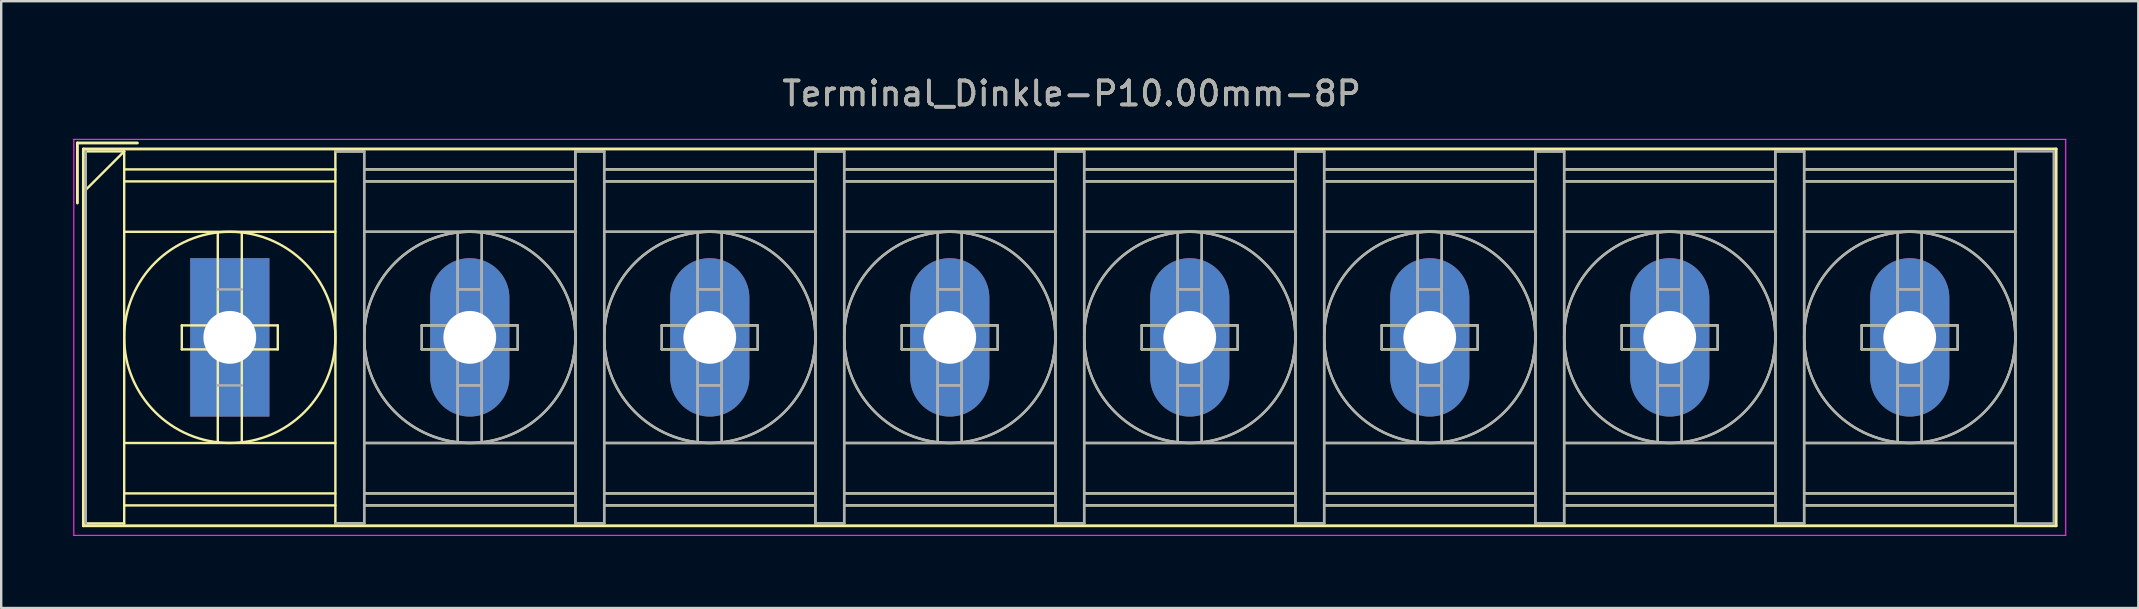
<source format=kicad_pcb>
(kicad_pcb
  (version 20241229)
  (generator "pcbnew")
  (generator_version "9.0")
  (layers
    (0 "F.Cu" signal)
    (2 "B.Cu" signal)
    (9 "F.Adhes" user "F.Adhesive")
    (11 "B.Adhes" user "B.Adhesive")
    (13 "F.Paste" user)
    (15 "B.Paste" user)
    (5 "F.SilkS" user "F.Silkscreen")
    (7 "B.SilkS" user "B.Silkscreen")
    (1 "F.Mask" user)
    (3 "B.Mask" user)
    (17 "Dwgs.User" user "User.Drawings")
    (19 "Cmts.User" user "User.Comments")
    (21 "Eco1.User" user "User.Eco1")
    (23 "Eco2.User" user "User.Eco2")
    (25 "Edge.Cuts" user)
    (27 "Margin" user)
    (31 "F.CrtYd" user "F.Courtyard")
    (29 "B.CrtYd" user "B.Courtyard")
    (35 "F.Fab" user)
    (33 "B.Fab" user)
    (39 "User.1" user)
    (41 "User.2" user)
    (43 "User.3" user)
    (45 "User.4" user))
  (footprint "Terminal_Dinkle-P10.00mm-8P"
    (layer "F.Cu")
    (at 6.525 11.008)
    (property "Reference" "Terminal_Dinkle-P10.00mm-8P" (at 35.08 -10.16 0) (layer "F.SilkS") (effects (font (size 1 1) (thickness 0.15))))
    (attr through_hole)
    (fp_line (start -6.35 -8.1) (end -3.85 -8.1) (stroke (width 0.12) (type solid)) (layer "F.SilkS"))
    (fp_line (start -6.35 -5.6) (end -6.35 -8.1) (stroke (width 0.12) (type solid)) (layer "F.SilkS"))
    (fp_line (start -6.1 -7.85) (end 76.1 -7.85) (stroke (width 0.12) (type solid)) (layer "F.SilkS"))
    (fp_line (start -6.1 7.85) (end -6.1 -7.85) (stroke (width 0.12) (type solid)) (layer "F.SilkS"))
    (fp_line (start -6.1 7.85) (end 76.1 7.85) (stroke (width 0.12) (type solid)) (layer "F.SilkS"))
    (fp_line (start -6 -7.75) (end -4.4 -7.75) (stroke (width 0.1) (type solid)) (layer "F.SilkS"))
    (fp_line (start -6 7.75) (end -4.4 7.75) (stroke (width 0.1) (type solid)) (layer "F.SilkS"))
    (fp_line (start -4.4 -7.75) (end -6 -6.15) (stroke (width 0.1) (type solid)) (layer "F.SilkS"))
    (fp_line (start -4.4 -7.75) (end -4.4 7.75) (stroke (width 0.1) (type solid)) (layer "F.SilkS"))
    (fp_line (start -4.4 -7) (end 4.4 -7) (stroke (width 0.1) (type solid)) (layer "F.SilkS"))
    (fp_line (start -4.4 -6.5) (end 4.4 -6.5) (stroke (width 0.1) (type solid)) (layer "F.SilkS"))
    (fp_line (start -4.4 -4.4) (end 4.4 -4.4) (stroke (width 0.1) (type solid)) (layer "F.SilkS"))
    (fp_line (start -4.4 4.4) (end 4.4 4.4) (stroke (width 0.1) (type solid)) (layer "F.SilkS"))
    (fp_line (start -4.4 6.5) (end 4.4 6.5) (stroke (width 0.1) (type solid)) (layer "F.SilkS"))
    (fp_line (start -4.4 7) (end 4.4 7) (stroke (width 0.1) (type solid)) (layer "F.SilkS"))
    (fp_line (start -2 -0.5) (end -2 0.5) (stroke (width 0.1) (type solid)) (layer "F.SilkS"))
    (fp_line (start -2 0.5) (end -0.5 0.5) (stroke (width 0.1) (type solid)) (layer "F.SilkS"))
    (fp_line (start -0.5 -4.35) (end -0.5 -0.5) (stroke (width 0.1) (type solid)) (layer "F.SilkS"))
    (fp_line (start -0.5 -0.5) (end -2 -0.5) (stroke (width 0.1) (type solid)) (layer "F.SilkS"))
    (fp_line (start -0.5 0.5) (end -0.5 4.35) (stroke (width 0.1) (type solid)) (layer "F.SilkS"))
    (fp_line (start 0.5 -4.35) (end 0.5 -0.5) (stroke (width 0.1) (type solid)) (layer "F.SilkS"))
    (fp_line (start 0.5 -0.5) (end 2 -0.5) (stroke (width 0.1) (type solid)) (layer "F.SilkS"))
    (fp_line (start 0.5 0.5) (end 0.5 4.35) (stroke (width 0.1) (type solid)) (layer "F.SilkS"))
    (fp_line (start 2 -0.5) (end 2 0.5) (stroke (width 0.1) (type solid)) (layer "F.SilkS"))
    (fp_line (start 2 0.5) (end 0.5 0.5) (stroke (width 0.1) (type solid)) (layer "F.SilkS"))
    (fp_line (start 4.4 -7.75) (end 4.4 7.75) (stroke (width 0.1) (type solid)) (layer "F.SilkS"))
    (fp_line (start 4.4 -7.75) (end 5.6 -7.75) (stroke (width 0.1) (type solid)) (layer "F.SilkS"))
    (fp_line (start 4.4 7.75) (end 5.6 7.75) (stroke (width 0.1) (type solid)) (layer "F.SilkS"))
    (fp_line (start 5.6 -7.75) (end 5.6 7.75) (stroke (width 0.1) (type solid)) (layer "F.SilkS"))
    (fp_line (start 5.6 -7) (end 14.4 -7) (stroke (width 0.1) (type solid)) (layer "F.SilkS"))
    (fp_line (start 5.6 -6.5) (end 14.4 -6.5) (stroke (width 0.1) (type solid)) (layer "F.SilkS"))
    (fp_line (start 5.6 -4.4) (end 14.4 -4.4) (stroke (width 0.1) (type solid)) (layer "F.SilkS"))
    (fp_line (start 5.6 4.4) (end 14.4 4.4) (stroke (width 0.1) (type solid)) (layer "F.SilkS"))
    (fp_line (start 5.6 6.5) (end 14.4 6.5) (stroke (width 0.1) (type solid)) (layer "F.SilkS"))
    (fp_line (start 5.6 7) (end 14.4 7) (stroke (width 0.1) (type solid)) (layer "F.SilkS"))
    (fp_line (start 8 -0.5) (end 8 0.5) (stroke (width 0.1) (type solid)) (layer "F.SilkS"))
    (fp_line (start 8 0.5) (end 9.5 0.5) (stroke (width 0.1) (type solid)) (layer "F.SilkS"))
    (fp_line (start 9.5 -4.35) (end 9.5 -0.5) (stroke (width 0.1) (type solid)) (layer "F.SilkS"))
    (fp_line (start 9.5 -0.5) (end 8 -0.5) (stroke (width 0.1) (type solid)) (layer "F.SilkS"))
    (fp_line (start 9.5 0.5) (end 9.5 4.35) (stroke (width 0.1) (type solid)) (layer "F.SilkS"))
    (fp_line (start 10.5 -4.35) (end 10.5 -0.5) (stroke (width 0.1) (type solid)) (layer "F.SilkS"))
    (fp_line (start 10.5 -0.5) (end 12 -0.5) (stroke (width 0.1) (type solid)) (layer "F.SilkS"))
    (fp_line (start 10.5 0.5) (end 10.5 4.35) (stroke (width 0.1) (type solid)) (layer "F.SilkS"))
    (fp_line (start 12 -0.5) (end 12 0.5) (stroke (width 0.1) (type solid)) (layer "F.SilkS"))
    (fp_line (start 12 0.5) (end 10.5 0.5) (stroke (width 0.1) (type solid)) (layer "F.SilkS"))
    (fp_line (start 14.4 -7.75) (end 14.4 7.75) (stroke (width 0.1) (type solid)) (layer "F.SilkS"))
    (fp_line (start 14.4 -7.75) (end 15.6 -7.75) (stroke (width 0.1) (type solid)) (layer "F.SilkS"))
    (fp_line (start 14.4 7.75) (end 15.6 7.75) (stroke (width 0.1) (type solid)) (layer "F.SilkS"))
    (fp_line (start 15.6 -7.75) (end 15.6 7.75) (stroke (width 0.1) (type solid)) (layer "F.SilkS"))
    (fp_line (start 15.6 -7) (end 24.4 -7) (stroke (width 0.1) (type solid)) (layer "F.SilkS"))
    (fp_line (start 15.6 -6.5) (end 24.4 -6.5) (stroke (width 0.1) (type solid)) (layer "F.SilkS"))
    (fp_line (start 15.6 -4.4) (end 24.4 -4.4) (stroke (width 0.1) (type solid)) (layer "F.SilkS"))
    (fp_line (start 15.6 4.4) (end 24.4 4.4) (stroke (width 0.1) (type solid)) (layer "F.SilkS"))
    (fp_line (start 15.6 6.5) (end 24.4 6.5) (stroke (width 0.1) (type solid)) (layer "F.SilkS"))
    (fp_line (start 15.6 7) (end 24.4 7) (stroke (width 0.1) (type solid)) (layer "F.SilkS"))
    (fp_line (start 18 -0.5) (end 18 0.5) (stroke (width 0.1) (type solid)) (layer "F.SilkS"))
    (fp_line (start 18 0.5) (end 19.5 0.5) (stroke (width 0.1) (type solid)) (layer "F.SilkS"))
    (fp_line (start 19.5 -4.35) (end 19.5 -0.5) (stroke (width 0.1) (type solid)) (layer "F.SilkS"))
    (fp_line (start 19.5 -0.5) (end 18 -0.5) (stroke (width 0.1) (type solid)) (layer "F.SilkS"))
    (fp_line (start 19.5 0.5) (end 19.5 4.35) (stroke (width 0.1) (type solid)) (layer "F.SilkS"))
    (fp_line (start 20.5 -4.35) (end 20.5 -0.5) (stroke (width 0.1) (type solid)) (layer "F.SilkS"))
    (fp_line (start 20.5 -0.5) (end 22 -0.5) (stroke (width 0.1) (type solid)) (layer "F.SilkS"))
    (fp_line (start 20.5 0.5) (end 20.5 4.35) (stroke (width 0.1) (type solid)) (layer "F.SilkS"))
    (fp_line (start 22 -0.5) (end 22 0.5) (stroke (width 0.1) (type solid)) (layer "F.SilkS"))
    (fp_line (start 22 0.5) (end 20.5 0.5) (stroke (width 0.1) (type solid)) (layer "F.SilkS"))
    (fp_line (start 24.4 -7.75) (end 24.4 7.75) (stroke (width 0.1) (type solid)) (layer "F.SilkS"))
    (fp_line (start 24.4 -7.75) (end 25.6 -7.75) (stroke (width 0.1) (type solid)) (layer "F.SilkS"))
    (fp_line (start 24.4 7.75) (end 25.6 7.75) (stroke (width 0.1) (type solid)) (layer "F.SilkS"))
    (fp_line (start 25.6 -7.75) (end 25.6 7.75) (stroke (width 0.1) (type solid)) (layer "F.SilkS"))
    (fp_line (start 25.6 -7) (end 34.4 -7) (stroke (width 0.1) (type solid)) (layer "F.SilkS"))
    (fp_line (start 25.6 -6.5) (end 34.4 -6.5) (stroke (width 0.1) (type solid)) (layer "F.SilkS"))
    (fp_line (start 25.6 -4.4) (end 34.4 -4.4) (stroke (width 0.1) (type solid)) (layer "F.SilkS"))
    (fp_line (start 25.6 4.4) (end 34.4 4.4) (stroke (width 0.1) (type solid)) (layer "F.SilkS"))
    (fp_line (start 25.6 6.5) (end 34.4 6.5) (stroke (width 0.1) (type solid)) (layer "F.SilkS"))
    (fp_line (start 25.6 7) (end 34.4 7) (stroke (width 0.1) (type solid)) (layer "F.SilkS"))
    (fp_line (start 28 -0.5) (end 28 0.5) (stroke (width 0.1) (type solid)) (layer "F.SilkS"))
    (fp_line (start 28 0.5) (end 29.5 0.5) (stroke (width 0.1) (type solid)) (layer "F.SilkS"))
    (fp_line (start 29.5 -4.35) (end 29.5 -0.5) (stroke (width 0.1) (type solid)) (layer "F.SilkS"))
    (fp_line (start 29.5 -0.5) (end 28 -0.5) (stroke (width 0.1) (type solid)) (layer "F.SilkS"))
    (fp_line (start 29.5 0.5) (end 29.5 4.35) (stroke (width 0.1) (type solid)) (layer "F.SilkS"))
    (fp_line (start 30.5 -4.35) (end 30.5 -0.5) (stroke (width 0.1) (type solid)) (layer "F.SilkS"))
    (fp_line (start 30.5 -0.5) (end 32 -0.5) (stroke (width 0.1) (type solid)) (layer "F.SilkS"))
    (fp_line (start 30.5 0.5) (end 30.5 4.35) (stroke (width 0.1) (type solid)) (layer "F.SilkS"))
    (fp_line (start 32 -0.5) (end 32 0.5) (stroke (width 0.1) (type solid)) (layer "F.SilkS"))
    (fp_line (start 32 0.5) (end 30.5 0.5) (stroke (width 0.1) (type solid)) (layer "F.SilkS"))
    (fp_line (start 34.4 -7.75) (end 34.4 7.75) (stroke (width 0.1) (type solid)) (layer "F.SilkS"))
    (fp_line (start 34.4 -7.75) (end 35.6 -7.75) (stroke (width 0.1) (type solid)) (layer "F.SilkS"))
    (fp_line (start 34.4 7.75) (end 35.6 7.75) (stroke (width 0.1) (type solid)) (layer "F.SilkS"))
    (fp_line (start 35.6 -7.75) (end 35.6 7.75) (stroke (width 0.1) (type solid)) (layer "F.SilkS"))
    (fp_line (start 35.6 -7) (end 44.4 -7) (stroke (width 0.1) (type solid)) (layer "F.SilkS"))
    (fp_line (start 35.6 -6.5) (end 44.4 -6.5) (stroke (width 0.1) (type solid)) (layer "F.SilkS"))
    (fp_line (start 35.6 -4.4) (end 44.4 -4.4) (stroke (width 0.1) (type solid)) (layer "F.SilkS"))
    (fp_line (start 35.6 4.4) (end 44.4 4.4) (stroke (width 0.1) (type solid)) (layer "F.SilkS"))
    (fp_line (start 35.6 6.5) (end 44.4 6.5) (stroke (width 0.1) (type solid)) (layer "F.SilkS"))
    (fp_line (start 35.6 7) (end 44.4 7) (stroke (width 0.1) (type solid)) (layer "F.SilkS"))
    (fp_line (start 38 -0.5) (end 38 0.5) (stroke (width 0.1) (type solid)) (layer "F.SilkS"))
    (fp_line (start 38 0.5) (end 39.5 0.5) (stroke (width 0.1) (type solid)) (layer "F.SilkS"))
    (fp_line (start 39.5 -4.35) (end 39.5 -0.5) (stroke (width 0.1) (type solid)) (layer "F.SilkS"))
    (fp_line (start 39.5 -0.5) (end 38 -0.5) (stroke (width 0.1) (type solid)) (layer "F.SilkS"))
    (fp_line (start 39.5 0.5) (end 39.5 4.35) (stroke (width 0.1) (type solid)) (layer "F.SilkS"))
    (fp_line (start 40.5 -4.35) (end 40.5 -0.5) (stroke (width 0.1) (type solid)) (layer "F.SilkS"))
    (fp_line (start 40.5 -0.5) (end 42 -0.5) (stroke (width 0.1) (type solid)) (layer "F.SilkS"))
    (fp_line (start 40.5 0.5) (end 40.5 4.35) (stroke (width 0.1) (type solid)) (layer "F.SilkS"))
    (fp_line (start 42 -0.5) (end 42 0.5) (stroke (width 0.1) (type solid)) (layer "F.SilkS"))
    (fp_line (start 42 0.5) (end 40.5 0.5) (stroke (width 0.1) (type solid)) (layer "F.SilkS"))
    (fp_line (start 44.4 -7.75) (end 44.4 7.75) (stroke (width 0.1) (type solid)) (layer "F.SilkS"))
    (fp_line (start 44.4 -7.75) (end 45.6 -7.75) (stroke (width 0.1) (type solid)) (layer "F.SilkS"))
    (fp_line (start 44.4 7.75) (end 45.6 7.75) (stroke (width 0.1) (type solid)) (layer "F.SilkS"))
    (fp_line (start 45.6 -7.75) (end 45.6 7.75) (stroke (width 0.1) (type solid)) (layer "F.SilkS"))
    (fp_line (start 45.6 -7) (end 54.4 -7) (stroke (width 0.1) (type solid)) (layer "F.SilkS"))
    (fp_line (start 45.6 -6.5) (end 54.4 -6.5) (stroke (width 0.1) (type solid)) (layer "F.SilkS"))
    (fp_line (start 45.6 -4.4) (end 54.4 -4.4) (stroke (width 0.1) (type solid)) (layer "F.SilkS"))
    (fp_line (start 45.6 4.4) (end 54.4 4.4) (stroke (width 0.1) (type solid)) (layer "F.SilkS"))
    (fp_line (start 45.6 6.5) (end 54.4 6.5) (stroke (width 0.1) (type solid)) (layer "F.SilkS"))
    (fp_line (start 45.6 7) (end 54.4 7) (stroke (width 0.1) (type solid)) (layer "F.SilkS"))
    (fp_line (start 48 -0.5) (end 48 0.5) (stroke (width 0.1) (type solid)) (layer "F.SilkS"))
    (fp_line (start 48 0.5) (end 49.5 0.5) (stroke (width 0.1) (type solid)) (layer "F.SilkS"))
    (fp_line (start 49.5 -4.35) (end 49.5 -0.5) (stroke (width 0.1) (type solid)) (layer "F.SilkS"))
    (fp_line (start 49.5 -0.5) (end 48 -0.5) (stroke (width 0.1) (type solid)) (layer "F.SilkS"))
    (fp_line (start 49.5 0.5) (end 49.5 4.35) (stroke (width 0.1) (type solid)) (layer "F.SilkS"))
    (fp_line (start 50.5 -4.35) (end 50.5 -0.5) (stroke (width 0.1) (type solid)) (layer "F.SilkS"))
    (fp_line (start 50.5 -0.5) (end 52 -0.5) (stroke (width 0.1) (type solid)) (layer "F.SilkS"))
    (fp_line (start 50.5 0.5) (end 50.5 4.35) (stroke (width 0.1) (type solid)) (layer "F.SilkS"))
    (fp_line (start 52 -0.5) (end 52 0.5) (stroke (width 0.1) (type solid)) (layer "F.SilkS"))
    (fp_line (start 52 0.5) (end 50.5 0.5) (stroke (width 0.1) (type solid)) (layer "F.SilkS"))
    (fp_line (start 54.4 -7.75) (end 54.4 7.75) (stroke (width 0.1) (type solid)) (layer "F.SilkS"))
    (fp_line (start 54.4 -7.75) (end 55.6 -7.75) (stroke (width 0.1) (type solid)) (layer "F.SilkS"))
    (fp_line (start 54.4 7.75) (end 55.6 7.75) (stroke (width 0.1) (type solid)) (layer "F.SilkS"))
    (fp_line (start 55.6 -7.75) (end 55.6 7.75) (stroke (width 0.1) (type solid)) (layer "F.SilkS"))
    (fp_line (start 55.6 -7) (end 64.4 -7) (stroke (width 0.1) (type solid)) (layer "F.SilkS"))
    (fp_line (start 55.6 -6.5) (end 64.4 -6.5) (stroke (width 0.1) (type solid)) (layer "F.SilkS"))
    (fp_line (start 55.6 -4.4) (end 64.4 -4.4) (stroke (width 0.1) (type solid)) (layer "F.SilkS"))
    (fp_line (start 55.6 4.4) (end 64.4 4.4) (stroke (width 0.1) (type solid)) (layer "F.SilkS"))
    (fp_line (start 55.6 6.5) (end 64.4 6.5) (stroke (width 0.1) (type solid)) (layer "F.SilkS"))
    (fp_line (start 55.6 7) (end 64.4 7) (stroke (width 0.1) (type solid)) (layer "F.SilkS"))
    (fp_line (start 58 -0.5) (end 58 0.5) (stroke (width 0.1) (type solid)) (layer "F.SilkS"))
    (fp_line (start 58 0.5) (end 59.5 0.5) (stroke (width 0.1) (type solid)) (layer "F.SilkS"))
    (fp_line (start 59.5 -4.35) (end 59.5 -0.5) (stroke (width 0.1) (type solid)) (layer "F.SilkS"))
    (fp_line (start 59.5 -0.5) (end 58 -0.5) (stroke (width 0.1) (type solid)) (layer "F.SilkS"))
    (fp_line (start 59.5 0.5) (end 59.5 4.35) (stroke (width 0.1) (type solid)) (layer "F.SilkS"))
    (fp_line (start 60.5 -4.35) (end 60.5 -0.5) (stroke (width 0.1) (type solid)) (layer "F.SilkS"))
    (fp_line (start 60.5 -0.5) (end 62 -0.5) (stroke (width 0.1) (type solid)) (layer "F.SilkS"))
    (fp_line (start 60.5 0.5) (end 60.5 4.35) (stroke (width 0.1) (type solid)) (layer "F.SilkS"))
    (fp_line (start 62 -0.5) (end 62 0.5) (stroke (width 0.1) (type solid)) (layer "F.SilkS"))
    (fp_line (start 62 0.5) (end 60.5 0.5) (stroke (width 0.1) (type solid)) (layer "F.SilkS"))
    (fp_line (start 64.4 -7.75) (end 64.4 7.75) (stroke (width 0.1) (type solid)) (layer "F.SilkS"))
    (fp_line (start 64.4 -7.75) (end 65.6 -7.75) (stroke (width 0.1) (type solid)) (layer "F.SilkS"))
    (fp_line (start 64.4 7.75) (end 65.6 7.75) (stroke (width 0.1) (type solid)) (layer "F.SilkS"))
    (fp_line (start 65.6 -7.75) (end 65.6 7.75) (stroke (width 0.1) (type solid)) (layer "F.SilkS"))
    (fp_line (start 65.6 -7) (end 74.4 -7) (stroke (width 0.1) (type solid)) (layer "F.SilkS"))
    (fp_line (start 65.6 -6.5) (end 74.4 -6.5) (stroke (width 0.1) (type solid)) (layer "F.SilkS"))
    (fp_line (start 65.6 -4.4) (end 74.4 -4.4) (stroke (width 0.1) (type solid)) (layer "F.SilkS"))
    (fp_line (start 65.6 4.4) (end 74.4 4.4) (stroke (width 0.1) (type solid)) (layer "F.SilkS"))
    (fp_line (start 65.6 6.5) (end 74.4 6.5) (stroke (width 0.1) (type solid)) (layer "F.SilkS"))
    (fp_line (start 65.6 7) (end 74.4 7) (stroke (width 0.1) (type solid)) (layer "F.SilkS"))
    (fp_line (start 68 -0.5) (end 68 0.5) (stroke (width 0.1) (type solid)) (layer "F.SilkS"))
    (fp_line (start 68 0.5) (end 69.5 0.5) (stroke (width 0.1) (type solid)) (layer "F.SilkS"))
    (fp_line (start 69.5 -4.35) (end 69.5 -0.5) (stroke (width 0.1) (type solid)) (layer "F.SilkS"))
    (fp_line (start 69.5 -0.5) (end 68 -0.5) (stroke (width 0.1) (type solid)) (layer "F.SilkS"))
    (fp_line (start 69.5 0.5) (end 69.5 4.35) (stroke (width 0.1) (type solid)) (layer "F.SilkS"))
    (fp_line (start 70.5 -4.35) (end 70.5 -0.5) (stroke (width 0.1) (type solid)) (layer "F.SilkS"))
    (fp_line (start 70.5 -0.5) (end 72 -0.5) (stroke (width 0.1) (type solid)) (layer "F.SilkS"))
    (fp_line (start 70.5 0.5) (end 70.5 4.35) (stroke (width 0.1) (type solid)) (layer "F.SilkS"))
    (fp_line (start 72 -0.5) (end 72 0.5) (stroke (width 0.1) (type solid)) (layer "F.SilkS"))
    (fp_line (start 72 0.5) (end 70.5 0.5) (stroke (width 0.1) (type solid)) (layer "F.SilkS"))
    (fp_line (start 74.4 -7.75) (end 74.4 7.75) (stroke (width 0.1) (type solid)) (layer "F.SilkS"))
    (fp_line (start 76.1 -7.85) (end 76.1 7.85) (stroke (width 0.12) (type solid)) (layer "F.SilkS"))
    (fp_circle (center 0 0) (end 4.4 0) (stroke (width 0.1) (type solid)) (fill no) (layer "F.SilkS"))
    (fp_circle (center 10 0) (end 14.4 0) (stroke (width 0.1) (type solid)) (fill no) (layer "F.SilkS"))
    (fp_circle (center 20 0) (end 24.4 0) (stroke (width 0.1) (type solid)) (fill no) (layer "F.SilkS"))
    (fp_circle (center 30 0) (end 34.4 0) (stroke (width 0.1) (type solid)) (fill no) (layer "F.SilkS"))
    (fp_circle (center 40 0) (end 44.4 0) (stroke (width 0.1) (type solid)) (fill no) (layer "F.SilkS"))
    (fp_circle (center 50 0) (end 54.4 0) (stroke (width 0.1) (type solid)) (fill no) (layer "F.SilkS"))
    (fp_circle (center 60 0) (end 64.4 0) (stroke (width 0.1) (type solid)) (fill no) (layer "F.SilkS"))
    (fp_circle (center 70 0) (end 74.4 0) (stroke (width 0.1) (type solid)) (fill no) (layer "F.SilkS"))
    (fp_line (start -6.5 -8.25) (end 76.5 -8.25) (stroke (width 0.05) (type solid)) (layer "F.CrtYd"))
    (fp_line (start -6.5 8.25) (end -6.5 -8.25) (stroke (width 0.05) (type solid)) (layer "F.CrtYd"))
    (fp_line (start -6.5 8.25) (end 76.5 8.25) (stroke (width 0.05) (type solid)) (layer "F.CrtYd"))
    (fp_line (start 76.5 -8.25) (end 76.5 8.25) (stroke (width 0.05) (type solid)) (layer "F.CrtYd"))
    (fp_line (start -6 -7.75) (end -6 7.75) (stroke (width 0.1) (type solid)) (layer "F.Fab"))
    (fp_line (start -0.5 -2) (end 0.5 -2) (stroke (width 0.1) (type solid)) (layer "F.Fab"))
    (fp_line (start -0.5 2) (end 0.5 2) (stroke (width 0.1) (type solid)) (layer "F.Fab"))
    (fp_line (start 4.4 -7.75) (end 5.6 -7.75) (stroke (width 0.1) (type solid)) (layer "F.Fab"))
    (fp_line (start 4.4 7.75) (end 5.6 7.75) (stroke (width 0.1) (type solid)) (layer "F.Fab"))
    (fp_line (start 5.6 -7.75) (end 5.6 7.75) (stroke (width 0.1) (type solid)) (layer "F.Fab"))
    (fp_line (start 5.6 -7) (end 14.4 -7) (stroke (width 0.1) (type solid)) (layer "F.Fab"))
    (fp_line (start 5.6 -6.5) (end 14.4 -6.5) (stroke (width 0.1) (type solid)) (layer "F.Fab"))
    (fp_line (start 5.6 -4.4) (end 14.4 -4.4) (stroke (width 0.1) (type solid)) (layer "F.Fab"))
    (fp_line (start 5.6 4.4) (end 14.4 4.4) (stroke (width 0.1) (type solid)) (layer "F.Fab"))
    (fp_line (start 5.6 6.5) (end 14.4 6.5) (stroke (width 0.1) (type solid)) (layer "F.Fab"))
    (fp_line (start 5.6 7) (end 14.4 7) (stroke (width 0.1) (type solid)) (layer "F.Fab"))
    (fp_line (start 8 -0.5) (end 8 0.5) (stroke (width 0.1) (type solid)) (layer "F.Fab"))
    (fp_line (start 8 0.5) (end 9.5 0.5) (stroke (width 0.1) (type solid)) (layer "F.Fab"))
    (fp_line (start 9.5 -4.35) (end 9.5 -0.5) (stroke (width 0.1) (type solid)) (layer "F.Fab"))
    (fp_line (start 9.5 -2) (end 10.5 -2) (stroke (width 0.1) (type solid)) (layer "F.Fab"))
    (fp_line (start 9.5 -2) (end 10.5 -2) (stroke (width 0.1) (type solid)) (layer "F.Fab"))
    (fp_line (start 9.5 -0.5) (end 8 -0.5) (stroke (width 0.1) (type solid)) (layer "F.Fab"))
    (fp_line (start 9.5 0.5) (end 9.5 4.35) (stroke (width 0.1) (type solid)) (layer "F.Fab"))
    (fp_line (start 9.5 2) (end 10.5 2) (stroke (width 0.1) (type solid)) (layer "F.Fab"))
    (fp_line (start 9.5 2) (end 10.5 2) (stroke (width 0.1) (type solid)) (layer "F.Fab"))
    (fp_line (start 10.5 -4.35) (end 10.5 -0.5) (stroke (width 0.1) (type solid)) (layer "F.Fab"))
    (fp_line (start 10.5 -0.5) (end 12 -0.5) (stroke (width 0.1) (type solid)) (layer "F.Fab"))
    (fp_line (start 10.5 0.5) (end 10.5 4.35) (stroke (width 0.1) (type solid)) (layer "F.Fab"))
    (fp_line (start 12 -0.5) (end 12 0.5) (stroke (width 0.1) (type solid)) (layer "F.Fab"))
    (fp_line (start 12 0.5) (end 10.5 0.5) (stroke (width 0.1) (type solid)) (layer "F.Fab"))
    (fp_line (start 14.4 -7.75) (end 14.4 7.75) (stroke (width 0.1) (type solid)) (layer "F.Fab"))
    (fp_line (start 14.4 -7.75) (end 15.6 -7.75) (stroke (width 0.1) (type solid)) (layer "F.Fab"))
    (fp_line (start 14.4 7.75) (end 15.6 7.75) (stroke (width 0.1) (type solid)) (layer "F.Fab"))
    (fp_line (start 15.6 -7.75) (end 15.6 7.75) (stroke (width 0.1) (type solid)) (layer "F.Fab"))
    (fp_line (start 15.6 -7) (end 24.4 -7) (stroke (width 0.1) (type solid)) (layer "F.Fab"))
    (fp_line (start 15.6 -6.5) (end 24.4 -6.5) (stroke (width 0.1) (type solid)) (layer "F.Fab"))
    (fp_line (start 15.6 -4.4) (end 24.4 -4.4) (stroke (width 0.1) (type solid)) (layer "F.Fab"))
    (fp_line (start 15.6 4.4) (end 24.4 4.4) (stroke (width 0.1) (type solid)) (layer "F.Fab"))
    (fp_line (start 15.6 6.5) (end 24.4 6.5) (stroke (width 0.1) (type solid)) (layer "F.Fab"))
    (fp_line (start 15.6 7) (end 24.4 7) (stroke (width 0.1) (type solid)) (layer "F.Fab"))
    (fp_line (start 18 -0.5) (end 18 0.5) (stroke (width 0.1) (type solid)) (layer "F.Fab"))
    (fp_line (start 18 0.5) (end 19.5 0.5) (stroke (width 0.1) (type solid)) (layer "F.Fab"))
    (fp_line (start 19.5 -4.35) (end 19.5 -0.5) (stroke (width 0.1) (type solid)) (layer "F.Fab"))
    (fp_line (start 19.5 -2) (end 20.5 -2) (stroke (width 0.1) (type solid)) (layer "F.Fab"))
    (fp_line (start 19.5 -2) (end 20.5 -2) (stroke (width 0.1) (type solid)) (layer "F.Fab"))
    (fp_line (start 19.5 -0.5) (end 18 -0.5) (stroke (width 0.1) (type solid)) (layer "F.Fab"))
    (fp_line (start 19.5 0.5) (end 19.5 4.35) (stroke (width 0.1) (type solid)) (layer "F.Fab"))
    (fp_line (start 19.5 2) (end 20.5 2) (stroke (width 0.1) (type solid)) (layer "F.Fab"))
    (fp_line (start 19.5 2) (end 20.5 2) (stroke (width 0.1) (type solid)) (layer "F.Fab"))
    (fp_line (start 20.5 -4.35) (end 20.5 -0.5) (stroke (width 0.1) (type solid)) (layer "F.Fab"))
    (fp_line (start 20.5 -0.5) (end 22 -0.5) (stroke (width 0.1) (type solid)) (layer "F.Fab"))
    (fp_line (start 20.5 0.5) (end 20.5 4.35) (stroke (width 0.1) (type solid)) (layer "F.Fab"))
    (fp_line (start 22 -0.5) (end 22 0.5) (stroke (width 0.1) (type solid)) (layer "F.Fab"))
    (fp_line (start 22 0.5) (end 20.5 0.5) (stroke (width 0.1) (type solid)) (layer "F.Fab"))
    (fp_line (start 24.4 -7.75) (end 24.4 7.75) (stroke (width 0.1) (type solid)) (layer "F.Fab"))
    (fp_line (start 24.4 -7.75) (end 25.6 -7.75) (stroke (width 0.1) (type solid)) (layer "F.Fab"))
    (fp_line (start 24.4 7.75) (end 25.6 7.75) (stroke (width 0.1) (type solid)) (layer "F.Fab"))
    (fp_line (start 25.6 -7.75) (end 25.6 7.75) (stroke (width 0.1) (type solid)) (layer "F.Fab"))
    (fp_line (start 25.6 -7) (end 34.4 -7) (stroke (width 0.1) (type solid)) (layer "F.Fab"))
    (fp_line (start 25.6 -6.5) (end 34.4 -6.5) (stroke (width 0.1) (type solid)) (layer "F.Fab"))
    (fp_line (start 25.6 -4.4) (end 34.4 -4.4) (stroke (width 0.1) (type solid)) (layer "F.Fab"))
    (fp_line (start 25.6 4.4) (end 34.4 4.4) (stroke (width 0.1) (type solid)) (layer "F.Fab"))
    (fp_line (start 25.6 6.5) (end 34.4 6.5) (stroke (width 0.1) (type solid)) (layer "F.Fab"))
    (fp_line (start 25.6 7) (end 34.4 7) (stroke (width 0.1) (type solid)) (layer "F.Fab"))
    (fp_line (start 28 -0.5) (end 28 0.5) (stroke (width 0.1) (type solid)) (layer "F.Fab"))
    (fp_line (start 28 0.5) (end 29.5 0.5) (stroke (width 0.1) (type solid)) (layer "F.Fab"))
    (fp_line (start 29.5 -4.35) (end 29.5 -0.5) (stroke (width 0.1) (type solid)) (layer "F.Fab"))
    (fp_line (start 29.5 -2) (end 30.5 -2) (stroke (width 0.1) (type solid)) (layer "F.Fab"))
    (fp_line (start 29.5 -2) (end 30.5 -2) (stroke (width 0.1) (type solid)) (layer "F.Fab"))
    (fp_line (start 29.5 -0.5) (end 28 -0.5) (stroke (width 0.1) (type solid)) (layer "F.Fab"))
    (fp_line (start 29.5 0.5) (end 29.5 4.35) (stroke (width 0.1) (type solid)) (layer "F.Fab"))
    (fp_line (start 29.5 2) (end 30.5 2) (stroke (width 0.1) (type solid)) (layer "F.Fab"))
    (fp_line (start 29.5 2) (end 30.5 2) (stroke (width 0.1) (type solid)) (layer "F.Fab"))
    (fp_line (start 30.5 -4.35) (end 30.5 -0.5) (stroke (width 0.1) (type solid)) (layer "F.Fab"))
    (fp_line (start 30.5 -0.5) (end 32 -0.5) (stroke (width 0.1) (type solid)) (layer "F.Fab"))
    (fp_line (start 30.5 0.5) (end 30.5 4.35) (stroke (width 0.1) (type solid)) (layer "F.Fab"))
    (fp_line (start 32 -0.5) (end 32 0.5) (stroke (width 0.1) (type solid)) (layer "F.Fab"))
    (fp_line (start 32 0.5) (end 30.5 0.5) (stroke (width 0.1) (type solid)) (layer "F.Fab"))
    (fp_line (start 34.4 -7.75) (end 34.4 7.75) (stroke (width 0.1) (type solid)) (layer "F.Fab"))
    (fp_line (start 34.4 -7.75) (end 35.6 -7.75) (stroke (width 0.1) (type solid)) (layer "F.Fab"))
    (fp_line (start 34.4 7.75) (end 35.6 7.75) (stroke (width 0.1) (type solid)) (layer "F.Fab"))
    (fp_line (start 35.6 -7.75) (end 35.6 7.75) (stroke (width 0.1) (type solid)) (layer "F.Fab"))
    (fp_line (start 35.6 -7) (end 44.4 -7) (stroke (width 0.1) (type solid)) (layer "F.Fab"))
    (fp_line (start 35.6 -6.5) (end 44.4 -6.5) (stroke (width 0.1) (type solid)) (layer "F.Fab"))
    (fp_line (start 35.6 -4.4) (end 44.4 -4.4) (stroke (width 0.1) (type solid)) (layer "F.Fab"))
    (fp_line (start 35.6 4.4) (end 44.4 4.4) (stroke (width 0.1) (type solid)) (layer "F.Fab"))
    (fp_line (start 35.6 6.5) (end 44.4 6.5) (stroke (width 0.1) (type solid)) (layer "F.Fab"))
    (fp_line (start 35.6 7) (end 44.4 7) (stroke (width 0.1) (type solid)) (layer "F.Fab"))
    (fp_line (start 38 -0.5) (end 38 0.5) (stroke (width 0.1) (type solid)) (layer "F.Fab"))
    (fp_line (start 38 0.5) (end 39.5 0.5) (stroke (width 0.1) (type solid)) (layer "F.Fab"))
    (fp_line (start 39.5 -4.35) (end 39.5 -0.5) (stroke (width 0.1) (type solid)) (layer "F.Fab"))
    (fp_line (start 39.5 -2) (end 40.5 -2) (stroke (width 0.1) (type solid)) (layer "F.Fab"))
    (fp_line (start 39.5 -2) (end 40.5 -2) (stroke (width 0.1) (type solid)) (layer "F.Fab"))
    (fp_line (start 39.5 -0.5) (end 38 -0.5) (stroke (width 0.1) (type solid)) (layer "F.Fab"))
    (fp_line (start 39.5 0.5) (end 39.5 4.35) (stroke (width 0.1) (type solid)) (layer "F.Fab"))
    (fp_line (start 39.5 2) (end 40.5 2) (stroke (width 0.1) (type solid)) (layer "F.Fab"))
    (fp_line (start 39.5 2) (end 40.5 2) (stroke (width 0.1) (type solid)) (layer "F.Fab"))
    (fp_line (start 40.5 -4.35) (end 40.5 -0.5) (stroke (width 0.1) (type solid)) (layer "F.Fab"))
    (fp_line (start 40.5 -0.5) (end 42 -0.5) (stroke (width 0.1) (type solid)) (layer "F.Fab"))
    (fp_line (start 40.5 0.5) (end 40.5 4.35) (stroke (width 0.1) (type solid)) (layer "F.Fab"))
    (fp_line (start 42 -0.5) (end 42 0.5) (stroke (width 0.1) (type solid)) (layer "F.Fab"))
    (fp_line (start 42 0.5) (end 40.5 0.5) (stroke (width 0.1) (type solid)) (layer "F.Fab"))
    (fp_line (start 44.4 -7.75) (end 44.4 7.75) (stroke (width 0.1) (type solid)) (layer "F.Fab"))
    (fp_line (start 44.4 -7.75) (end 45.6 -7.75) (stroke (width 0.1) (type solid)) (layer "F.Fab"))
    (fp_line (start 44.4 7.75) (end 45.6 7.75) (stroke (width 0.1) (type solid)) (layer "F.Fab"))
    (fp_line (start 45.6 -7.75) (end 45.6 7.75) (stroke (width 0.1) (type solid)) (layer "F.Fab"))
    (fp_line (start 45.6 -7) (end 54.4 -7) (stroke (width 0.1) (type solid)) (layer "F.Fab"))
    (fp_line (start 45.6 -6.5) (end 54.4 -6.5) (stroke (width 0.1) (type solid)) (layer "F.Fab"))
    (fp_line (start 45.6 -4.4) (end 54.4 -4.4) (stroke (width 0.1) (type solid)) (layer "F.Fab"))
    (fp_line (start 45.6 4.4) (end 54.4 4.4) (stroke (width 0.1) (type solid)) (layer "F.Fab"))
    (fp_line (start 45.6 6.5) (end 54.4 6.5) (stroke (width 0.1) (type solid)) (layer "F.Fab"))
    (fp_line (start 45.6 7) (end 54.4 7) (stroke (width 0.1) (type solid)) (layer "F.Fab"))
    (fp_line (start 48 -0.5) (end 48 0.5) (stroke (width 0.1) (type solid)) (layer "F.Fab"))
    (fp_line (start 48 0.5) (end 49.5 0.5) (stroke (width 0.1) (type solid)) (layer "F.Fab"))
    (fp_line (start 49.5 -4.35) (end 49.5 -0.5) (stroke (width 0.1) (type solid)) (layer "F.Fab"))
    (fp_line (start 49.5 -2) (end 50.5 -2) (stroke (width 0.1) (type solid)) (layer "F.Fab"))
    (fp_line (start 49.5 -2) (end 50.5 -2) (stroke (width 0.1) (type solid)) (layer "F.Fab"))
    (fp_line (start 49.5 -0.5) (end 48 -0.5) (stroke (width 0.1) (type solid)) (layer "F.Fab"))
    (fp_line (start 49.5 0.5) (end 49.5 4.35) (stroke (width 0.1) (type solid)) (layer "F.Fab"))
    (fp_line (start 49.5 2) (end 50.5 2) (stroke (width 0.1) (type solid)) (layer "F.Fab"))
    (fp_line (start 49.5 2) (end 50.5 2) (stroke (width 0.1) (type solid)) (layer "F.Fab"))
    (fp_line (start 50.5 -4.35) (end 50.5 -0.5) (stroke (width 0.1) (type solid)) (layer "F.Fab"))
    (fp_line (start 50.5 -0.5) (end 52 -0.5) (stroke (width 0.1) (type solid)) (layer "F.Fab"))
    (fp_line (start 50.5 0.5) (end 50.5 4.35) (stroke (width 0.1) (type solid)) (layer "F.Fab"))
    (fp_line (start 52 -0.5) (end 52 0.5) (stroke (width 0.1) (type solid)) (layer "F.Fab"))
    (fp_line (start 52 0.5) (end 50.5 0.5) (stroke (width 0.1) (type solid)) (layer "F.Fab"))
    (fp_line (start 54.4 -7.75) (end 54.4 7.75) (stroke (width 0.1) (type solid)) (layer "F.Fab"))
    (fp_line (start 54.4 -7.75) (end 55.6 -7.75) (stroke (width 0.1) (type solid)) (layer "F.Fab"))
    (fp_line (start 54.4 7.75) (end 55.6 7.75) (stroke (width 0.1) (type solid)) (layer "F.Fab"))
    (fp_line (start 55.6 -7.75) (end 55.6 7.75) (stroke (width 0.1) (type solid)) (layer "F.Fab"))
    (fp_line (start 55.6 -7) (end 64.4 -7) (stroke (width 0.1) (type solid)) (layer "F.Fab"))
    (fp_line (start 55.6 -6.5) (end 64.4 -6.5) (stroke (width 0.1) (type solid)) (layer "F.Fab"))
    (fp_line (start 55.6 -4.4) (end 64.4 -4.4) (stroke (width 0.1) (type solid)) (layer "F.Fab"))
    (fp_line (start 55.6 4.4) (end 64.4 4.4) (stroke (width 0.1) (type solid)) (layer "F.Fab"))
    (fp_line (start 55.6 6.5) (end 64.4 6.5) (stroke (width 0.1) (type solid)) (layer "F.Fab"))
    (fp_line (start 55.6 7) (end 64.4 7) (stroke (width 0.1) (type solid)) (layer "F.Fab"))
    (fp_line (start 58 -0.5) (end 58 0.5) (stroke (width 0.1) (type solid)) (layer "F.Fab"))
    (fp_line (start 58 0.5) (end 59.5 0.5) (stroke (width 0.1) (type solid)) (layer "F.Fab"))
    (fp_line (start 59.5 -4.35) (end 59.5 -0.5) (stroke (width 0.1) (type solid)) (layer "F.Fab"))
    (fp_line (start 59.5 -2) (end 60.5 -2) (stroke (width 0.1) (type solid)) (layer "F.Fab"))
    (fp_line (start 59.5 -2) (end 60.5 -2) (stroke (width 0.1) (type solid)) (layer "F.Fab"))
    (fp_line (start 59.5 -0.5) (end 58 -0.5) (stroke (width 0.1) (type solid)) (layer "F.Fab"))
    (fp_line (start 59.5 0.5) (end 59.5 4.35) (stroke (width 0.1) (type solid)) (layer "F.Fab"))
    (fp_line (start 59.5 2) (end 60.5 2) (stroke (width 0.1) (type solid)) (layer "F.Fab"))
    (fp_line (start 59.5 2) (end 60.5 2) (stroke (width 0.1) (type solid)) (layer "F.Fab"))
    (fp_line (start 60.5 -4.35) (end 60.5 -0.5) (stroke (width 0.1) (type solid)) (layer "F.Fab"))
    (fp_line (start 60.5 -0.5) (end 62 -0.5) (stroke (width 0.1) (type solid)) (layer "F.Fab"))
    (fp_line (start 60.5 0.5) (end 60.5 4.35) (stroke (width 0.1) (type solid)) (layer "F.Fab"))
    (fp_line (start 62 -0.5) (end 62 0.5) (stroke (width 0.1) (type solid)) (layer "F.Fab"))
    (fp_line (start 62 0.5) (end 60.5 0.5) (stroke (width 0.1) (type solid)) (layer "F.Fab"))
    (fp_line (start 64.4 -7.75) (end 64.4 7.75) (stroke (width 0.1) (type solid)) (layer "F.Fab"))
    (fp_line (start 64.4 -7.75) (end 65.6 -7.75) (stroke (width 0.1) (type solid)) (layer "F.Fab"))
    (fp_line (start 64.4 7.75) (end 65.6 7.75) (stroke (width 0.1) (type solid)) (layer "F.Fab"))
    (fp_line (start 65.6 -7.75) (end 65.6 7.75) (stroke (width 0.1) (type solid)) (layer "F.Fab"))
    (fp_line (start 65.6 -7) (end 74.4 -7) (stroke (width 0.1) (type solid)) (layer "F.Fab"))
    (fp_line (start 65.6 -6.5) (end 74.4 -6.5) (stroke (width 0.1) (type solid)) (layer "F.Fab"))
    (fp_line (start 65.6 -4.4) (end 74.4 -4.4) (stroke (width 0.1) (type solid)) (layer "F.Fab"))
    (fp_line (start 65.6 4.4) (end 74.4 4.4) (stroke (width 0.1) (type solid)) (layer "F.Fab"))
    (fp_line (start 65.6 6.5) (end 74.4 6.5) (stroke (width 0.1) (type solid)) (layer "F.Fab"))
    (fp_line (start 65.6 7) (end 74.4 7) (stroke (width 0.1) (type solid)) (layer "F.Fab"))
    (fp_line (start 68 -0.5) (end 68 0.5) (stroke (width 0.1) (type solid)) (layer "F.Fab"))
    (fp_line (start 68 0.5) (end 69.5 0.5) (stroke (width 0.1) (type solid)) (layer "F.Fab"))
    (fp_line (start 69.5 -4.35) (end 69.5 -0.5) (stroke (width 0.1) (type solid)) (layer "F.Fab"))
    (fp_line (start 69.5 -2) (end 70.5 -2) (stroke (width 0.1) (type solid)) (layer "F.Fab"))
    (fp_line (start 69.5 -2) (end 70.5 -2) (stroke (width 0.1) (type solid)) (layer "F.Fab"))
    (fp_line (start 69.5 -0.5) (end 68 -0.5) (stroke (width 0.1) (type solid)) (layer "F.Fab"))
    (fp_line (start 69.5 0.5) (end 69.5 4.35) (stroke (width 0.1) (type solid)) (layer "F.Fab"))
    (fp_line (start 69.5 2) (end 70.5 2) (stroke (width 0.1) (type solid)) (layer "F.Fab"))
    (fp_line (start 69.5 2) (end 70.5 2) (stroke (width 0.1) (type solid)) (layer "F.Fab"))
    (fp_line (start 70.5 -4.35) (end 70.5 -0.5) (stroke (width 0.1) (type solid)) (layer "F.Fab"))
    (fp_line (start 70.5 -0.5) (end 72 -0.5) (stroke (width 0.1) (type solid)) (layer "F.Fab"))
    (fp_line (start 70.5 0.5) (end 70.5 4.35) (stroke (width 0.1) (type solid)) (layer "F.Fab"))
    (fp_line (start 72 -0.5) (end 72 0.5) (stroke (width 0.1) (type solid)) (layer "F.Fab"))
    (fp_line (start 72 0.5) (end 70.5 0.5) (stroke (width 0.1) (type solid)) (layer "F.Fab"))
    (fp_line (start 74.4 -7.75) (end 74.4 7.75) (stroke (width 0.1) (type solid)) (layer "F.Fab"))
    (fp_line (start 74.4 -7.75) (end 76 -7.75) (stroke (width 0.1) (type solid)) (layer "F.Fab"))
    (fp_line (start 74.4 7.75) (end 76 7.75) (stroke (width 0.1) (type solid)) (layer "F.Fab"))
    (fp_line (start 76 -7.75) (end 76 7.75) (stroke (width 0.1) (type solid)) (layer "F.Fab"))
    (fp_circle (center 0 0) (end 0.5 0.5) (stroke (width 0.1) (type solid)) (fill no) (layer "F.Fab"))
    (fp_circle (center 10 0) (end 10.5 0.5) (stroke (width 0.1) (type solid)) (fill no) (layer "F.Fab"))
    (fp_circle (center 10 0) (end 10.5 0.5) (stroke (width 0.1) (type solid)) (fill no) (layer "F.Fab"))
    (fp_circle (center 10 0) (end 14.4 0) (stroke (width 0.1) (type solid)) (fill no) (layer "F.Fab"))
    (fp_circle (center 20 0) (end 20.5 0.5) (stroke (width 0.1) (type solid)) (fill no) (layer "F.Fab"))
    (fp_circle (center 20 0) (end 20.5 0.5) (stroke (width 0.1) (type solid)) (fill no) (layer "F.Fab"))
    (fp_circle (center 20 0) (end 24.4 0) (stroke (width 0.1) (type solid)) (fill no) (layer "F.Fab"))
    (fp_circle (center 30 0) (end 30.5 0.5) (stroke (width 0.1) (type solid)) (fill no) (layer "F.Fab"))
    (fp_circle (center 30 0) (end 30.5 0.5) (stroke (width 0.1) (type solid)) (fill no) (layer "F.Fab"))
    (fp_circle (center 30 0) (end 34.4 0) (stroke (width 0.1) (type solid)) (fill no) (layer "F.Fab"))
    (fp_circle (center 40 0) (end 40.5 0.5) (stroke (width 0.1) (type solid)) (fill no) (layer "F.Fab"))
    (fp_circle (center 40 0) (end 40.5 0.5) (stroke (width 0.1) (type solid)) (fill no) (layer "F.Fab"))
    (fp_circle (center 40 0) (end 44.4 0) (stroke (width 0.1) (type solid)) (fill no) (layer "F.Fab"))
    (fp_circle (center 50 0) (end 50.5 0.5) (stroke (width 0.1) (type solid)) (fill no) (layer "F.Fab"))
    (fp_circle (center 50 0) (end 50.5 0.5) (stroke (width 0.1) (type solid)) (fill no) (layer "F.Fab"))
    (fp_circle (center 50 0) (end 54.4 0) (stroke (width 0.1) (type solid)) (fill no) (layer "F.Fab"))
    (fp_circle (center 60 0) (end 60.5 0.5) (stroke (width 0.1) (type solid)) (fill no) (layer "F.Fab"))
    (fp_circle (center 60 0) (end 60.5 0.5) (stroke (width 0.1) (type solid)) (fill no) (layer "F.Fab"))
    (fp_circle (center 60 0) (end 64.4 0) (stroke (width 0.1) (type solid)) (fill no) (layer "F.Fab"))
    (fp_circle (center 70 0) (end 70.5 0.5) (stroke (width 0.1) (type solid)) (fill no) (layer "F.Fab"))
    (fp_circle (center 70 0) (end 70.5 0.5) (stroke (width 0.1) (type solid)) (fill no) (layer "F.Fab"))
    (fp_circle (center 70 0) (end 74.4 0) (stroke (width 0.1) (type solid)) (fill no) (layer "F.Fab"))
    (fp_text user "${REFERENCE}" (at 35.08 -10.16 0) (layer "F.Fab") (effects (font (size 1 1) (thickness 0.15))))
    (pad "1" thru_hole rect (at 0 0) (size 3.3 6.6) (drill 2.2) (layers "*.Cu" "*.Mask"))
    (pad "2" thru_hole oval (at 10 0) (size 3.3 6.6) (drill 2.2) (layers "*.Cu" "*.Mask"))
    (pad "3" thru_hole oval (at 20 0) (size 3.3 6.6) (drill 2.2) (layers "*.Cu" "*.Mask"))
    (pad "4" thru_hole oval (at 30 0) (size 3.3 6.6) (drill 2.2) (layers "*.Cu" "*.Mask"))
    (pad "5" thru_hole oval (at 40 0) (size 3.3 6.6) (drill 2.2) (layers "*.Cu" "*.Mask"))
    (pad "6" thru_hole oval (at 50 0) (size 3.3 6.6) (drill 2.2) (layers "*.Cu" "*.Mask"))
    (pad "7" thru_hole oval (at 60 0) (size 3.3 6.6) (drill 2.2) (layers "*.Cu" "*.Mask"))
    (pad "8" thru_hole oval (at 70 0) (size 3.3 6.6) (drill 2.2) (layers "*.Cu" "*.Mask")))
  (gr_rect
    (start -3 -3)
    (end 86.05 22.283)
    (stroke (width 0.1) (type default))
    (fill no)
    (layer "Edge.Cuts")))
</source>
